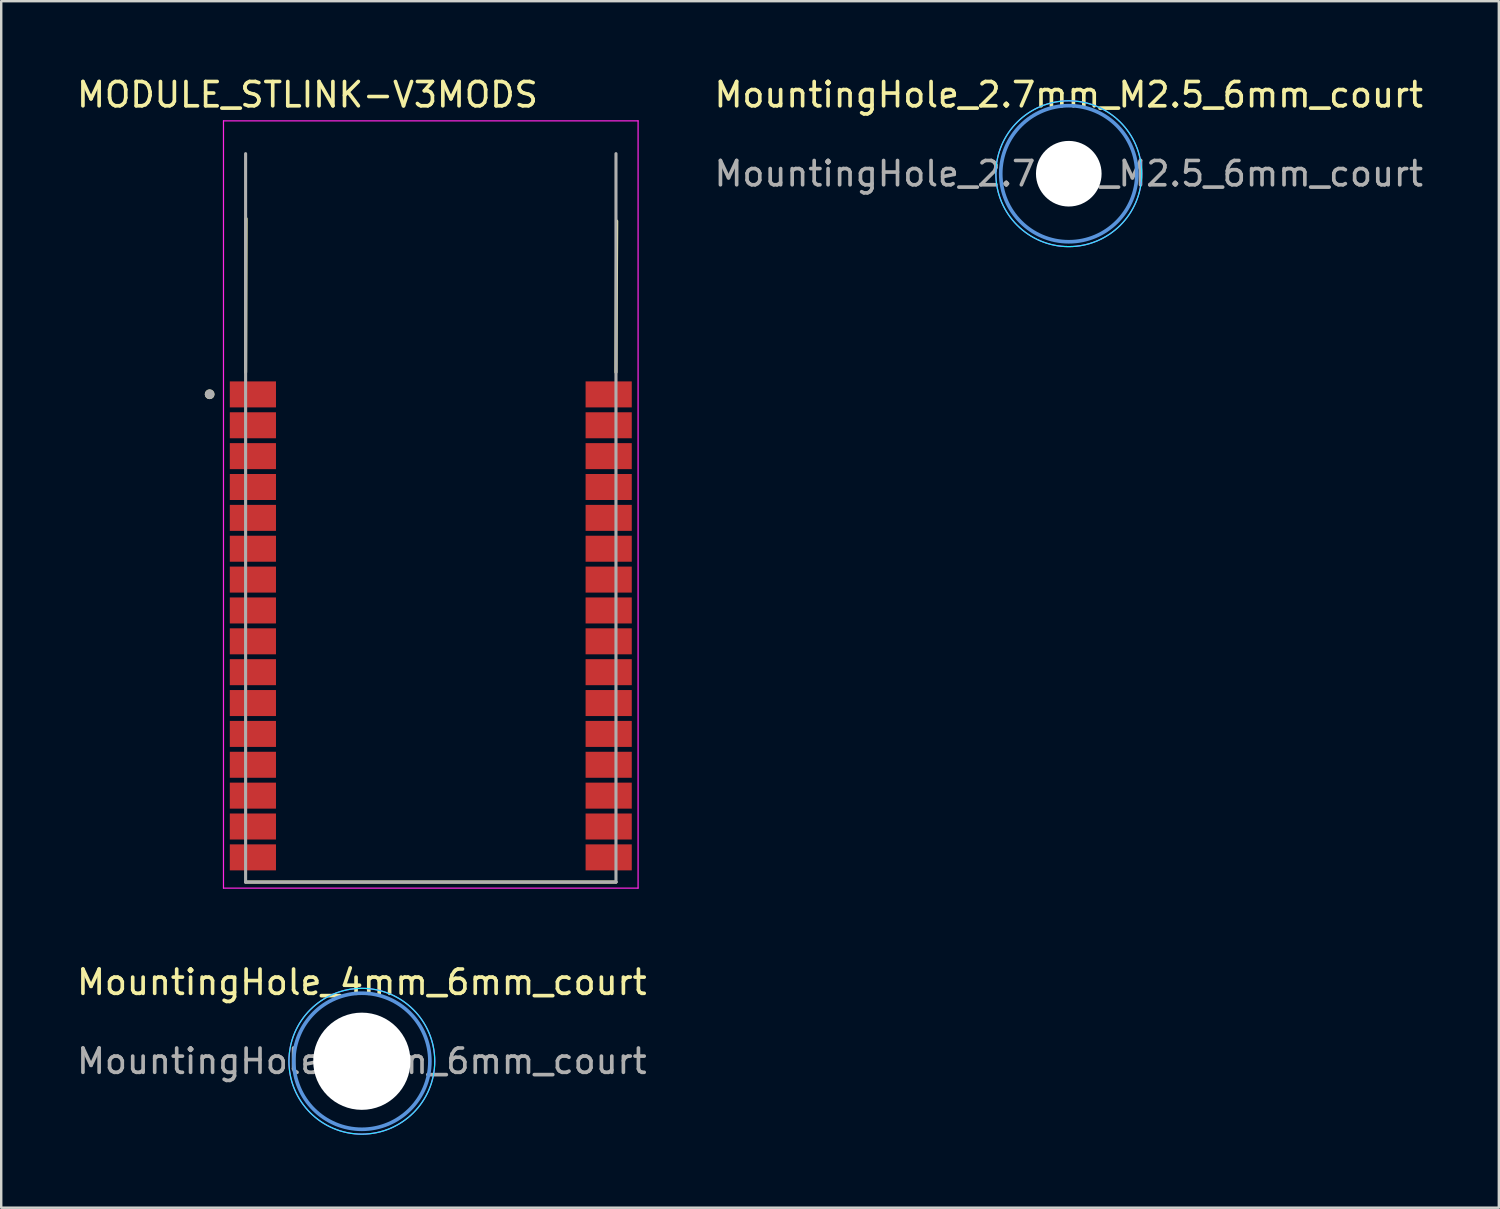
<source format=kicad_pcb>
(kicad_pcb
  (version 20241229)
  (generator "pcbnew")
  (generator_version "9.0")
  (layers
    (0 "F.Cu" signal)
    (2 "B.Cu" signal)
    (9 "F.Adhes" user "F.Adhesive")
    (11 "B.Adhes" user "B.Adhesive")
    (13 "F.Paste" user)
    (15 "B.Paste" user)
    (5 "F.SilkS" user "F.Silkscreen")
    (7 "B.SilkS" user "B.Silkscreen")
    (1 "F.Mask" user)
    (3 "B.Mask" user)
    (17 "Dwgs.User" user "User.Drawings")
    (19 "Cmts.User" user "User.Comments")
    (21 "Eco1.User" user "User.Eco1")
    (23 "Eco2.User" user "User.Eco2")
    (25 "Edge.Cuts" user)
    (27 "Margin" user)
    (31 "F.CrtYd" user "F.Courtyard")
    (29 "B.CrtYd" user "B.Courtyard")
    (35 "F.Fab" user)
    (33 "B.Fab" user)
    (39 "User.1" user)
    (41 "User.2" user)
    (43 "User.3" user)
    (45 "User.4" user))
  (footprint "MountingHole_2.7mm_M2.5_6mm_court"
    (layer "F.Cu")
    (at 40.928 4.098)
    (property "Reference" "MountingHole_2.7mm_M2.5_6mm_court" (at 0 -3.25 0) (layer "F.SilkS") (effects (font (size 1 1) (thickness 0.15))))
    (attr exclude_from_pos_files exclude_from_bom)
    (fp_circle (center 0 0) (end 2.8 0) (stroke (width 0.15) (type solid)) (fill no) (layer "Cmts.User"))
    (fp_circle (center 0 0) (end 3 0) (stroke (width 0.05) (type solid)) (fill no) (layer "B.CrtYd"))
    (fp_circle (center 0 0) (end 3 0) (stroke (width 0.05) (type solid)) (fill no) (layer "F.CrtYd"))
    (fp_text user "${REFERENCE}" (at 0 0 0) (layer "F.Fab") (effects (font (size 1 1) (thickness 0.15))))
    (pad "" np_thru_hole circle (at 0 0) (size 2.7 2.7) (drill 2.7) (layers "*.Cu" "*.Mask")))
  (footprint "MountingHole_4mm_6mm_court"
    (layer "F.Cu")
    (at 11.839 40.618)
    (property "Reference" "MountingHole_4mm_6mm_court" (at 0 -3.25 0) (layer "F.SilkS") (effects (font (size 1 1) (thickness 0.15))))
    (attr exclude_from_pos_files exclude_from_bom)
    (fp_circle (center 0 0) (end 2.8 0) (stroke (width 0.15) (type solid)) (fill no) (layer "Cmts.User"))
    (fp_circle (center 0 0) (end 3 0) (stroke (width 0.05) (type solid)) (fill no) (layer "B.CrtYd"))
    (fp_circle (center 0 0) (end 3 0) (stroke (width 0.05) (type solid)) (fill no) (layer "F.CrtYd"))
    (fp_text user "${REFERENCE}" (at 0 0 0) (layer "F.Fab") (effects (font (size 1 1) (thickness 0.15))))
    (pad "" np_thru_hole circle (at 0 0) (size 4 4) (drill 4) (layers "*.Cu" "*.Mask")))
  (footprint "MODULE_STLINK-V3MODS"
    (layer "F.Cu")
    (at 14.676 3.273)
    (property "Reference" "MODULE_STLINK-V3MODS" (at -5.075 -2.425 0) (layer "F.SilkS") (effects (font (size 1 1) (thickness 0.15))))
    (attr smd)
    (fp_line (start -7.62 8.995) (end -7.6 2.675) (stroke (width 0.127) (type solid)) (layer "F.SilkS"))
    (fp_line (start -7.62 29.972) (end 7.62 29.972) (stroke (width 0.127) (type solid)) (layer "F.SilkS"))
    (fp_line (start 7.62 8.995) (end 7.65 2.775) (stroke (width 0.127) (type solid)) (layer "F.SilkS"))
    (fp_circle (center -9.1 9.9) (end -9 9.9) (stroke (width 0.2) (type solid)) (fill no) (layer "F.SilkS"))
    (fp_line (start -8.53 -1.35) (end 8.53 -1.35) (stroke (width 0.05) (type solid)) (layer "F.CrtYd"))
    (fp_line (start -8.53 30.222) (end -8.53 -1.35) (stroke (width 0.05) (type solid)) (layer "F.CrtYd"))
    (fp_line (start 8.53 -1.35) (end 8.53 30.222) (stroke (width 0.05) (type solid)) (layer "F.CrtYd"))
    (fp_line (start 8.53 30.222) (end -8.53 30.222) (stroke (width 0.05) (type solid)) (layer "F.CrtYd"))
    (fp_line (start -7.62 29.972) (end -7.62 0) (stroke (width 0.127) (type solid)) (layer "F.Fab"))
    (fp_line (start -7.62 29.972) (end 7.62 29.972) (stroke (width 0.127) (type solid)) (layer "F.Fab"))
    (fp_line (start 7.62 29.972) (end 7.62 0) (stroke (width 0.127) (type solid)) (layer "F.Fab"))
    (fp_circle (center -9.1 9.9) (end -9 9.9) (stroke (width 0.2) (type solid)) (fill no) (layer "F.Fab"))
    (pad "1" smd rect (at -7.32 9.906) (size 1.9 1.07) (layers "F.Cu" "F.Mask" "F.Paste"))
    (pad "2" smd rect (at -7.32 11.176) (size 1.9 1.07) (layers "F.Cu" "F.Mask" "F.Paste"))
    (pad "3" smd rect (at -7.32 12.446) (size 1.9 1.07) (layers "F.Cu" "F.Mask" "F.Paste"))
    (pad "4" smd rect (at -7.32 13.716) (size 1.9 1.07) (layers "F.Cu" "F.Mask" "F.Paste"))
    (pad "5" smd rect (at -7.32 14.986) (size 1.9 1.07) (layers "F.Cu" "F.Mask" "F.Paste"))
    (pad "6" smd rect (at -7.32 16.256) (size 1.9 1.07) (layers "F.Cu" "F.Mask" "F.Paste"))
    (pad "7" smd rect (at -7.32 17.526) (size 1.9 1.07) (layers "F.Cu" "F.Mask" "F.Paste"))
    (pad "8" smd rect (at -7.32 18.796) (size 1.9 1.07) (layers "F.Cu" "F.Mask" "F.Paste"))
    (pad "9" smd rect (at -7.32 20.066) (size 1.9 1.07) (layers "F.Cu" "F.Mask" "F.Paste"))
    (pad "10" smd rect (at -7.32 21.336) (size 1.9 1.07) (layers "F.Cu" "F.Mask" "F.Paste"))
    (pad "11" smd rect (at -7.32 22.606) (size 1.9 1.07) (layers "F.Cu" "F.Mask" "F.Paste"))
    (pad "12" smd rect (at -7.32 23.876) (size 1.9 1.07) (layers "F.Cu" "F.Mask" "F.Paste"))
    (pad "13" smd rect (at -7.32 25.146) (size 1.9 1.07) (layers "F.Cu" "F.Mask" "F.Paste"))
    (pad "14" smd rect (at -7.32 26.416) (size 1.9 1.07) (layers "F.Cu" "F.Mask" "F.Paste"))
    (pad "15" smd rect (at -7.32 27.686) (size 1.9 1.07) (layers "F.Cu" "F.Mask" "F.Paste"))
    (pad "16" smd rect (at -7.32 28.956) (size 1.9 1.07) (layers "F.Cu" "F.Mask" "F.Paste"))
    (pad "17" smd rect (at 7.32 28.956 180) (size 1.9 1.07) (layers "F.Cu" "F.Mask" "F.Paste"))
    (pad "18" smd rect (at 7.32 27.686 180) (size 1.9 1.07) (layers "F.Cu" "F.Mask" "F.Paste"))
    (pad "19" smd rect (at 7.32 26.416 180) (size 1.9 1.07) (layers "F.Cu" "F.Mask" "F.Paste"))
    (pad "20" smd rect (at 7.32 25.146 180) (size 1.9 1.07) (layers "F.Cu" "F.Mask" "F.Paste"))
    (pad "21" smd rect (at 7.32 23.876 180) (size 1.9 1.07) (layers "F.Cu" "F.Mask" "F.Paste"))
    (pad "22" smd rect (at 7.32 22.606 180) (size 1.9 1.07) (layers "F.Cu" "F.Mask" "F.Paste"))
    (pad "23" smd rect (at 7.32 21.336 180) (size 1.9 1.07) (layers "F.Cu" "F.Mask" "F.Paste"))
    (pad "24" smd rect (at 7.32 20.066 180) (size 1.9 1.07) (layers "F.Cu" "F.Mask" "F.Paste"))
    (pad "25" smd rect (at 7.32 18.796 180) (size 1.9 1.07) (layers "F.Cu" "F.Mask" "F.Paste"))
    (pad "26" smd rect (at 7.32 17.526 180) (size 1.9 1.07) (layers "F.Cu" "F.Mask" "F.Paste"))
    (pad "27" smd rect (at 7.32 16.256 180) (size 1.9 1.07) (layers "F.Cu" "F.Mask" "F.Paste"))
    (pad "28" smd rect (at 7.32 14.986 180) (size 1.9 1.07) (layers "F.Cu" "F.Mask" "F.Paste"))
    (pad "29" smd rect (at 7.32 13.716 180) (size 1.9 1.07) (layers "F.Cu" "F.Mask" "F.Paste"))
    (pad "30" smd rect (at 7.32 12.446 180) (size 1.9 1.07) (layers "F.Cu" "F.Mask" "F.Paste"))
    (pad "31" smd rect (at 7.32 11.176 180) (size 1.9 1.07) (layers "F.Cu" "F.Mask" "F.Paste"))
    (pad "32" smd rect (at 7.32 9.906 180) (size 1.9 1.07) (layers "F.Cu" "F.Mask" "F.Paste")))
  (gr_rect
    (start -3 -3)
    (end 58.624 46.644)
    (stroke (width 0.1) (type default))
    (fill no)
    (layer "Edge.Cuts")))
</source>
